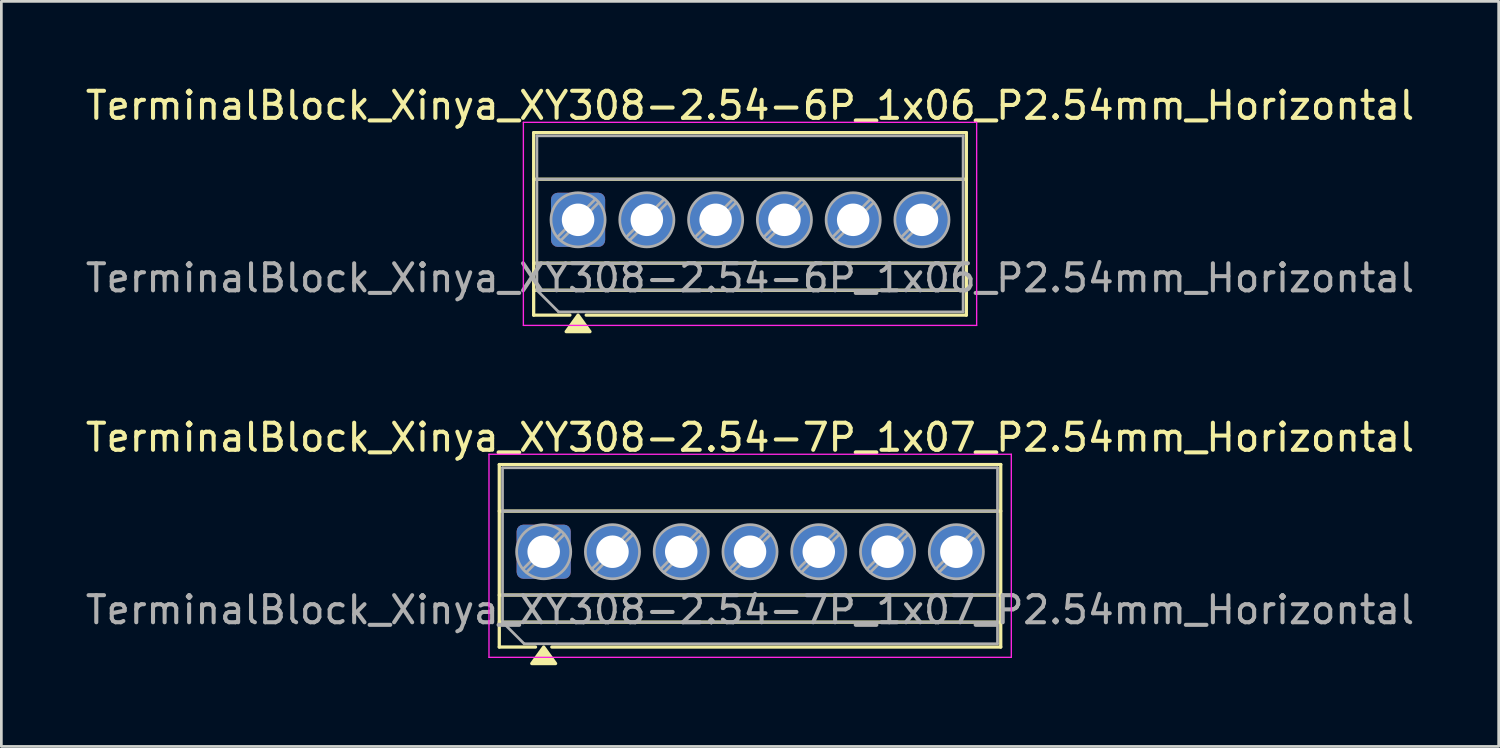
<source format=kicad_pcb>
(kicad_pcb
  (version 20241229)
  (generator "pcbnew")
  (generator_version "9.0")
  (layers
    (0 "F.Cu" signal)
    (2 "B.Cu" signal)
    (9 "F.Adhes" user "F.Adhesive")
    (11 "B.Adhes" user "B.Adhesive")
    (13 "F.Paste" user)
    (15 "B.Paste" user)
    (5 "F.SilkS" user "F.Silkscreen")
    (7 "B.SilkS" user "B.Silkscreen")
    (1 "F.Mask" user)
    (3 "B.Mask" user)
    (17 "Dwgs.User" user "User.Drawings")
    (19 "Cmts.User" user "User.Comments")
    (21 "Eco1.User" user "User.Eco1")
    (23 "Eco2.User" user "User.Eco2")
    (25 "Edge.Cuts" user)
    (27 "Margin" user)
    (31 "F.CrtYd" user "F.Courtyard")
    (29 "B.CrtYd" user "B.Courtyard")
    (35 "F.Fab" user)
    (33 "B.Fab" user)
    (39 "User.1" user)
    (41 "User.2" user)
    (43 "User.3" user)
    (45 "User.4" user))
  (footprint "TerminalBlock_Xinya_XY308-2.54-6P_1x06_P2.54mm_Horizontal"
    (layer "F.Cu")
    (at 18.299 5.068)
    (property "Reference" "TerminalBlock_Xinya_XY308-2.54-6P_1x06_P2.54mm_Horizontal" (at 6.35 -4.22 0) (layer "F.SilkS") (effects (font (size 1 1) (thickness 0.15))))
    (attr through_hole)
    (fp_line (start -1.64 -3.22) (end -1.64 3.52) (stroke (width 0.12) (type solid)) (layer "F.SilkS"))
    (fp_line (start -1.64 -3.22) (end 14.34 -3.22) (stroke (width 0.12) (type solid)) (layer "F.SilkS"))
    (fp_line (start -1.64 -1.5) (end 14.34 -1.5) (stroke (width 0.12) (type solid)) (layer "F.SilkS"))
    (fp_line (start -1.64 1.6) (end 14.34 1.6) (stroke (width 0.12) (type solid)) (layer "F.SilkS"))
    (fp_line (start -1.64 2.6) (end 14.34 2.6) (stroke (width 0.12) (type solid)) (layer "F.SilkS"))
    (fp_line (start -1.64 3.52) (end -0.3 3.52) (stroke (width 0.12) (type solid)) (layer "F.SilkS"))
    (fp_line (start 0.3 3.52) (end 14.34 3.52) (stroke (width 0.12) (type solid)) (layer "F.SilkS"))
    (fp_line (start 14.34 -3.22) (end 14.34 3.52) (stroke (width 0.12) (type solid)) (layer "F.SilkS"))
    (fp_poly (pts (xy 0 3.52) (xy 0.44 4.13) (xy -0.44 4.13)) (stroke (width 0.12) (type solid)) (fill yes) (layer "F.SilkS"))
    (fp_line (start -2.02 -3.6) (end -2.02 3.9) (stroke (width 0.05) (type solid)) (layer "F.CrtYd"))
    (fp_line (start -2.02 3.9) (end 14.72 3.9) (stroke (width 0.05) (type solid)) (layer "F.CrtYd"))
    (fp_line (start 14.72 -3.6) (end -2.02 -3.6) (stroke (width 0.05) (type solid)) (layer "F.CrtYd"))
    (fp_line (start 14.72 3.9) (end 14.72 -3.6) (stroke (width 0.05) (type solid)) (layer "F.CrtYd"))
    (fp_line (start -1.52 -3.1) (end 14.22 -3.1) (stroke (width 0.1) (type solid)) (layer "F.Fab"))
    (fp_line (start -1.52 -1.5) (end 14.22 -1.5) (stroke (width 0.1) (type solid)) (layer "F.Fab"))
    (fp_line (start -1.52 1.6) (end 14.22 1.6) (stroke (width 0.1) (type solid)) (layer "F.Fab"))
    (fp_line (start -1.52 2.6) (end -1.52 -3.1) (stroke (width 0.1) (type solid)) (layer "F.Fab"))
    (fp_line (start -1.52 2.6) (end 14.22 2.6) (stroke (width 0.1) (type solid)) (layer "F.Fab"))
    (fp_line (start -0.72 3.4) (end -1.52 2.6) (stroke (width 0.1) (type solid)) (layer "F.Fab"))
    (fp_line (start 0.636 -0.758) (end -0.758 0.636) (stroke (width 0.1) (type solid)) (layer "F.Fab"))
    (fp_line (start 0.758 -0.636) (end -0.636 0.758) (stroke (width 0.1) (type solid)) (layer "F.Fab"))
    (fp_line (start 3.176 -0.758) (end 1.782 0.636) (stroke (width 0.1) (type solid)) (layer "F.Fab"))
    (fp_line (start 3.298 -0.636) (end 1.904 0.758) (stroke (width 0.1) (type solid)) (layer "F.Fab"))
    (fp_line (start 5.716 -0.758) (end 4.322 0.636) (stroke (width 0.1) (type solid)) (layer "F.Fab"))
    (fp_line (start 5.838 -0.636) (end 4.444 0.758) (stroke (width 0.1) (type solid)) (layer "F.Fab"))
    (fp_line (start 8.256 -0.758) (end 6.862 0.636) (stroke (width 0.1) (type solid)) (layer "F.Fab"))
    (fp_line (start 8.378 -0.636) (end 6.984 0.758) (stroke (width 0.1) (type solid)) (layer "F.Fab"))
    (fp_line (start 10.796 -0.758) (end 9.402 0.636) (stroke (width 0.1) (type solid)) (layer "F.Fab"))
    (fp_line (start 10.918 -0.636) (end 9.524 0.758) (stroke (width 0.1) (type solid)) (layer "F.Fab"))
    (fp_line (start 13.336 -0.758) (end 11.942 0.636) (stroke (width 0.1) (type solid)) (layer "F.Fab"))
    (fp_line (start 13.458 -0.636) (end 12.064 0.758) (stroke (width 0.1) (type solid)) (layer "F.Fab"))
    (fp_line (start 14.22 -3.1) (end 14.22 3.4) (stroke (width 0.1) (type solid)) (layer "F.Fab"))
    (fp_line (start 14.22 3.4) (end -0.72 3.4) (stroke (width 0.1) (type solid)) (layer "F.Fab"))
    (fp_circle (center 0 0) (end 1 0) (stroke (width 0.1) (type solid)) (fill no) (layer "F.Fab"))
    (fp_circle (center 2.54 0) (end 3.54 0) (stroke (width 0.1) (type solid)) (fill no) (layer "F.Fab"))
    (fp_circle (center 5.08 0) (end 6.08 0) (stroke (width 0.1) (type solid)) (fill no) (layer "F.Fab"))
    (fp_circle (center 7.62 0) (end 8.62 0) (stroke (width 0.1) (type solid)) (fill no) (layer "F.Fab"))
    (fp_circle (center 10.16 0) (end 11.16 0) (stroke (width 0.1) (type solid)) (fill no) (layer "F.Fab"))
    (fp_circle (center 12.7 0) (end 13.7 0) (stroke (width 0.1) (type solid)) (fill no) (layer "F.Fab"))
    (fp_text user "${REFERENCE}" (at 6.35 2.15 0) (layer "F.Fab") (effects (font (size 1 1) (thickness 0.15))))
    (pad "1" thru_hole roundrect (at 0 0) (size 2 2) (drill 1.2) (layers "*.Cu" "*.Mask") (roundrect_rratio 0.125))
    (pad "2" thru_hole circle (at 2.54 0) (size 2 2) (drill 1.2) (layers "*.Cu" "*.Mask"))
    (pad "3" thru_hole circle (at 5.08 0) (size 2 2) (drill 1.2) (layers "*.Cu" "*.Mask"))
    (pad "4" thru_hole circle (at 7.62 0) (size 2 2) (drill 1.2) (layers "*.Cu" "*.Mask"))
    (pad "5" thru_hole circle (at 10.16 0) (size 2 2) (drill 1.2) (layers "*.Cu" "*.Mask"))
    (pad "6" thru_hole circle (at 12.7 0) (size 2 2) (drill 1.2) (layers "*.Cu" "*.Mask")))
  (footprint "TerminalBlock_Xinya_XY308-2.54-7P_1x07_P2.54mm_Horizontal"
    (layer "F.Cu")
    (at 17.029 17.326)
    (property "Reference" "TerminalBlock_Xinya_XY308-2.54-7P_1x07_P2.54mm_Horizontal" (at 7.62 -4.22 0) (layer "F.SilkS") (effects (font (size 1 1) (thickness 0.15))))
    (attr through_hole)
    (fp_line (start -1.64 -3.22) (end -1.64 3.52) (stroke (width 0.12) (type solid)) (layer "F.SilkS"))
    (fp_line (start -1.64 -3.22) (end 16.88 -3.22) (stroke (width 0.12) (type solid)) (layer "F.SilkS"))
    (fp_line (start -1.64 -1.5) (end 16.88 -1.5) (stroke (width 0.12) (type solid)) (layer "F.SilkS"))
    (fp_line (start -1.64 1.6) (end 16.88 1.6) (stroke (width 0.12) (type solid)) (layer "F.SilkS"))
    (fp_line (start -1.64 2.6) (end 16.88 2.6) (stroke (width 0.12) (type solid)) (layer "F.SilkS"))
    (fp_line (start -1.64 3.52) (end -0.3 3.52) (stroke (width 0.12) (type solid)) (layer "F.SilkS"))
    (fp_line (start 0.3 3.52) (end 16.88 3.52) (stroke (width 0.12) (type solid)) (layer "F.SilkS"))
    (fp_line (start 16.88 -3.22) (end 16.88 3.52) (stroke (width 0.12) (type solid)) (layer "F.SilkS"))
    (fp_poly (pts (xy 0 3.52) (xy 0.44 4.13) (xy -0.44 4.13)) (stroke (width 0.12) (type solid)) (fill yes) (layer "F.SilkS"))
    (fp_line (start -2.02 -3.6) (end -2.02 3.9) (stroke (width 0.05) (type solid)) (layer "F.CrtYd"))
    (fp_line (start -2.02 3.9) (end 17.27 3.9) (stroke (width 0.05) (type solid)) (layer "F.CrtYd"))
    (fp_line (start 17.27 -3.6) (end -2.02 -3.6) (stroke (width 0.05) (type solid)) (layer "F.CrtYd"))
    (fp_line (start 17.27 3.9) (end 17.27 -3.6) (stroke (width 0.05) (type solid)) (layer "F.CrtYd"))
    (fp_line (start -1.52 -3.1) (end 16.76 -3.1) (stroke (width 0.1) (type solid)) (layer "F.Fab"))
    (fp_line (start -1.52 -1.5) (end 16.76 -1.5) (stroke (width 0.1) (type solid)) (layer "F.Fab"))
    (fp_line (start -1.52 1.6) (end 16.76 1.6) (stroke (width 0.1) (type solid)) (layer "F.Fab"))
    (fp_line (start -1.52 2.6) (end -1.52 -3.1) (stroke (width 0.1) (type solid)) (layer "F.Fab"))
    (fp_line (start -1.52 2.6) (end 16.76 2.6) (stroke (width 0.1) (type solid)) (layer "F.Fab"))
    (fp_line (start -0.72 3.4) (end -1.52 2.6) (stroke (width 0.1) (type solid)) (layer "F.Fab"))
    (fp_line (start 0.636 -0.758) (end -0.758 0.636) (stroke (width 0.1) (type solid)) (layer "F.Fab"))
    (fp_line (start 0.758 -0.636) (end -0.636 0.758) (stroke (width 0.1) (type solid)) (layer "F.Fab"))
    (fp_line (start 3.176 -0.758) (end 1.782 0.636) (stroke (width 0.1) (type solid)) (layer "F.Fab"))
    (fp_line (start 3.298 -0.636) (end 1.904 0.758) (stroke (width 0.1) (type solid)) (layer "F.Fab"))
    (fp_line (start 5.716 -0.758) (end 4.322 0.636) (stroke (width 0.1) (type solid)) (layer "F.Fab"))
    (fp_line (start 5.838 -0.636) (end 4.444 0.758) (stroke (width 0.1) (type solid)) (layer "F.Fab"))
    (fp_line (start 8.256 -0.758) (end 6.862 0.636) (stroke (width 0.1) (type solid)) (layer "F.Fab"))
    (fp_line (start 8.378 -0.636) (end 6.984 0.758) (stroke (width 0.1) (type solid)) (layer "F.Fab"))
    (fp_line (start 10.796 -0.758) (end 9.402 0.636) (stroke (width 0.1) (type solid)) (layer "F.Fab"))
    (fp_line (start 10.918 -0.636) (end 9.524 0.758) (stroke (width 0.1) (type solid)) (layer "F.Fab"))
    (fp_line (start 13.336 -0.758) (end 11.942 0.636) (stroke (width 0.1) (type solid)) (layer "F.Fab"))
    (fp_line (start 13.458 -0.636) (end 12.064 0.758) (stroke (width 0.1) (type solid)) (layer "F.Fab"))
    (fp_line (start 15.876 -0.758) (end 14.482 0.636) (stroke (width 0.1) (type solid)) (layer "F.Fab"))
    (fp_line (start 15.998 -0.636) (end 14.604 0.758) (stroke (width 0.1) (type solid)) (layer "F.Fab"))
    (fp_line (start 16.76 -3.1) (end 16.76 3.4) (stroke (width 0.1) (type solid)) (layer "F.Fab"))
    (fp_line (start 16.76 3.4) (end -0.72 3.4) (stroke (width 0.1) (type solid)) (layer "F.Fab"))
    (fp_circle (center 0 0) (end 1 0) (stroke (width 0.1) (type solid)) (fill no) (layer "F.Fab"))
    (fp_circle (center 2.54 0) (end 3.54 0) (stroke (width 0.1) (type solid)) (fill no) (layer "F.Fab"))
    (fp_circle (center 5.08 0) (end 6.08 0) (stroke (width 0.1) (type solid)) (fill no) (layer "F.Fab"))
    (fp_circle (center 7.62 0) (end 8.62 0) (stroke (width 0.1) (type solid)) (fill no) (layer "F.Fab"))
    (fp_circle (center 10.16 0) (end 11.16 0) (stroke (width 0.1) (type solid)) (fill no) (layer "F.Fab"))
    (fp_circle (center 12.7 0) (end 13.7 0) (stroke (width 0.1) (type solid)) (fill no) (layer "F.Fab"))
    (fp_circle (center 15.24 0) (end 16.24 0) (stroke (width 0.1) (type solid)) (fill no) (layer "F.Fab"))
    (fp_text user "${REFERENCE}" (at 7.62 2.15 0) (layer "F.Fab") (effects (font (size 1 1) (thickness 0.15))))
    (pad "1" thru_hole roundrect (at 0 0) (size 2 2) (drill 1.2) (layers "*.Cu" "*.Mask") (roundrect_rratio 0.125))
    (pad "2" thru_hole circle (at 2.54 0) (size 2 2) (drill 1.2) (layers "*.Cu" "*.Mask"))
    (pad "3" thru_hole circle (at 5.08 0) (size 2 2) (drill 1.2) (layers "*.Cu" "*.Mask"))
    (pad "4" thru_hole circle (at 7.62 0) (size 2 2) (drill 1.2) (layers "*.Cu" "*.Mask"))
    (pad "5" thru_hole circle (at 10.16 0) (size 2 2) (drill 1.2) (layers "*.Cu" "*.Mask"))
    (pad "6" thru_hole circle (at 12.7 0) (size 2 2) (drill 1.2) (layers "*.Cu" "*.Mask"))
    (pad "7" thru_hole circle (at 15.24 0) (size 2 2) (drill 1.2) (layers "*.Cu" "*.Mask")))
  (gr_rect
    (start -3 -3)
    (end 52.298 24.517)
    (stroke (width 0.1) (type default))
    (fill no)
    (layer "Edge.Cuts")))
</source>
